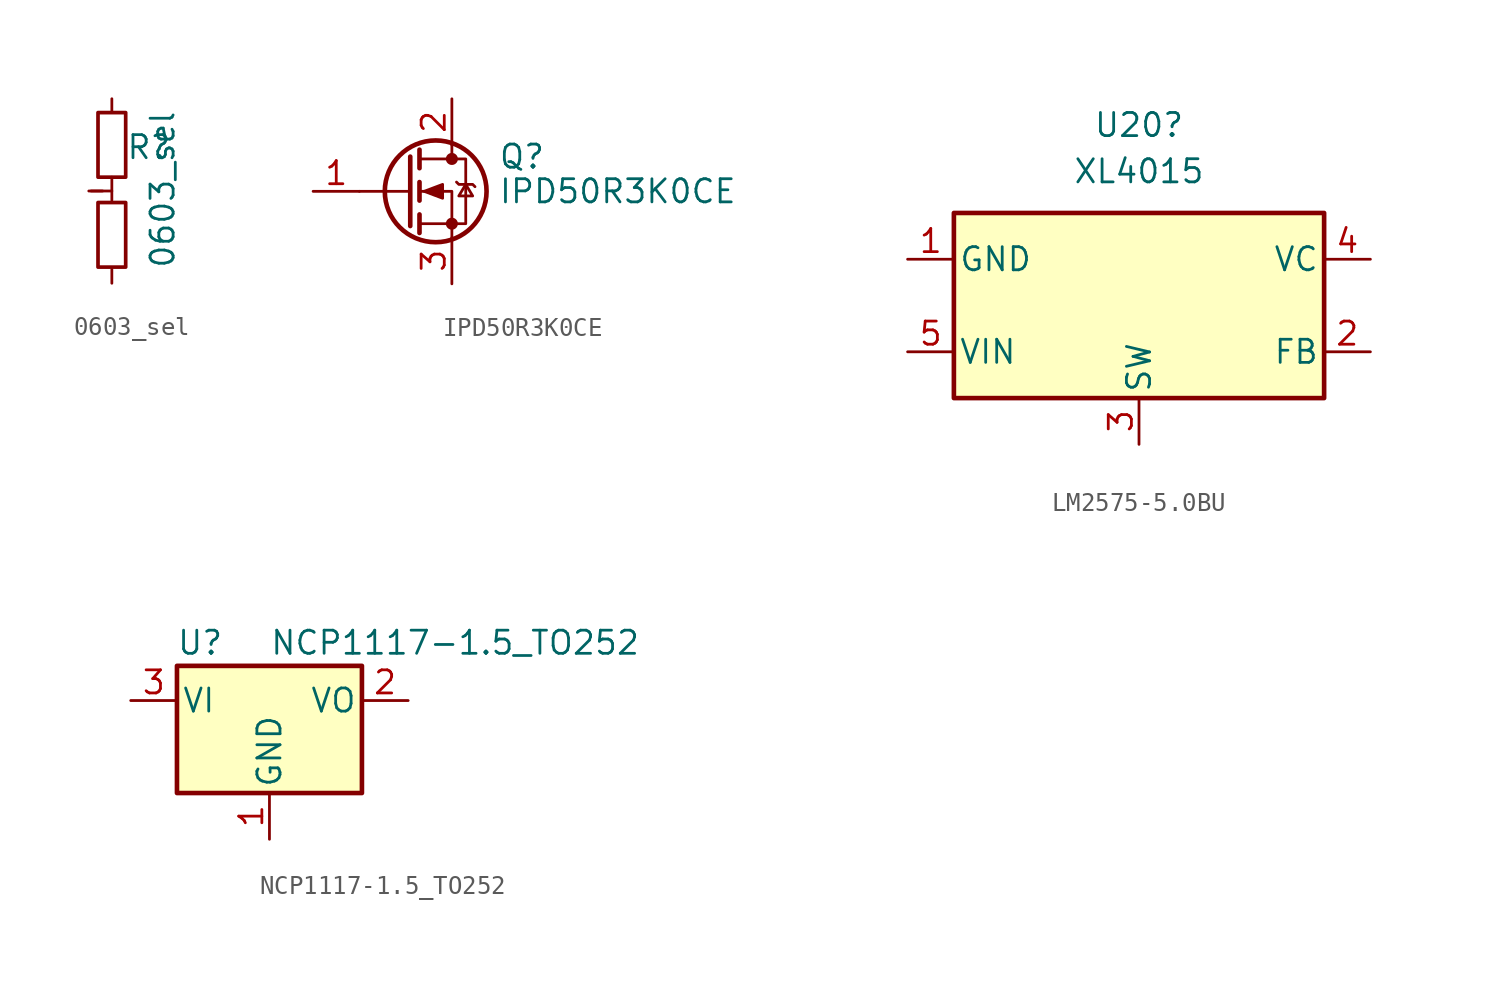
<source format=kicad_sym>
(kicad_symbol_lib
  (version 20231120)
  (generator "kicad_symbol_editor")
  (generator_version "8.0")
  (symbol "0603_sel"
    (pin_numbers hide)
    (pin_names
      (offset 0.254) hide)
    (property "Reference" "R"
      (at 0.762 2.413 0)
      (effects (font (size 1.27 1.27)) (justify left)))
    (property "Value" "0603_sel"
      (at 2.794 -4.318 90)
      (effects (font (size 1.27 1.27)) (justify left)))
    (symbol "0603_sel_0_1"
      (rectangle (start -0.762 -0.635) (end 0.762 -4.191) (stroke (width 0.203) (type default)) (fill (type none)))
      (rectangle (start -0.762 4.318) (end 0.762 0.762) (stroke (width 0.203) (type default)) (fill (type none)))
      (polyline (pts (xy 0 0) (xy -1.143 0)) (stroke (width 0) (type default)) (fill (type none)))
      (polyline (pts (xy 0 0.762) (xy 0 -0.508)) (stroke (width 0) (type default)) (fill (type none))))
    (symbol "0603_sel_1_1"
      (pin passive line (at 0 5.08 270) (length 0.762) (name "~" (effects (font (size 1.27 1.27)))) (number "1" (effects (font (size 1.27 1.27)))))
      (pin passive line (at -1.27 0 0) (length 0.762) (name "~" (effects (font (size 1.27 1.27)))) (number "2" (effects (font (size 1.27 1.27)))))
      (pin passive line (at 0 -5.08 90) (length 0.762) (name "~" (effects (font (size 1.27 1.27)))) (number "3" (effects (font (size 1.27 1.27)))))))
  (symbol "IPD50R3K0CE"
    (pin_names hide)
    (property "Reference" "Q"
      (at 5.08 1.905 0)
      (effects (font (size 1.27 1.27)) (justify left)))
    (property "Value" "IPD50R3K0CE"
      (at 5.08 0 0)
      (effects (font (size 1.27 1.27)) (justify left)))
    (symbol "IPD50R3K0CE_0_1"
      (polyline (pts (xy 0.254 0) (xy -2.54 0)) (stroke (width 0) (type default)) (fill (type none)))
      (polyline (pts (xy 0.254 1.905) (xy 0.254 -1.905)) (stroke (width 0.254) (type default)) (fill (type none)))
      (polyline (pts (xy 0.762 -1.27) (xy 0.762 -2.286)) (stroke (width 0.254) (type default)) (fill (type none)))
      (polyline (pts (xy 0.762 0.508) (xy 0.762 -0.508)) (stroke (width 0.254) (type default)) (fill (type none)))
      (polyline (pts (xy 0.762 2.286) (xy 0.762 1.27)) (stroke (width 0.254) (type default)) (fill (type none)))
      (polyline (pts (xy 2.54 2.54) (xy 2.54 1.778)) (stroke (width 0) (type default)) (fill (type none)))
      (polyline (pts (xy 2.54 -2.54) (xy 2.54 0) (xy 0.762 0)) (stroke (width 0) (type default)) (fill (type none)))
      (polyline (pts (xy 0.762 -1.778) (xy 3.302 -1.778) (xy 3.302 1.778) (xy 0.762 1.778)) (stroke (width 0) (type default)) (fill (type none)))
      (polyline (pts (xy 1.016 0) (xy 2.032 0.381) (xy 2.032 -0.381) (xy 1.016 0)) (stroke (width 0) (type default)) (fill (type outline)))
      (polyline (pts (xy 2.794 0.508) (xy 2.921 0.381) (xy 3.683 0.381) (xy 3.81 0.254)) (stroke (width 0) (type default)) (fill (type none)))
      (polyline (pts (xy 3.302 0.381) (xy 2.921 -0.254) (xy 3.683 -0.254) (xy 3.302 0.381)) (stroke (width 0) (type default)) (fill (type none)))
      (circle (center 1.651 0) (radius 2.794) (stroke (width 0.254) (type default)) (fill (type none)))
      (circle (center 2.54 -1.778) (radius 0.254) (stroke (width 0) (type default)) (fill (type outline)))
      (circle (center 2.54 1.778) (radius 0.254) (stroke (width 0) (type default)) (fill (type outline))))
    (symbol "IPD50R3K0CE_1_1"
      (pin input line (at -5.08 0 0) (length 2.54) (name "G" (effects (font (size 1.27 1.27)))) (number "1" (effects (font (size 1.27 1.27)))))
      (pin passive line (at 2.54 5.08 270) (length 2.54) (name "D" (effects (font (size 1.27 1.27)))) (number "2" (effects (font (size 1.27 1.27)))))
      (pin passive line (at 2.54 -5.08 90) (length 2.54) (name "S" (effects (font (size 1.27 1.27)))) (number "3" (effects (font (size 1.27 1.27)))))))
  (symbol "LM2575-5.0BU"
    (pin_names
      (offset 0.254))
    (property "Reference" "U20"
      (at 0 9.906 0)
      (effects (font (size 1.27 1.27))))
    (property "Value" "XL4015"
      (at 0 7.366 0)
      (effects (font (size 1.27 1.27))))
    (symbol "LM2575-5.0BU_0_1"
      (rectangle (start -10.16 5.08) (end 10.16 -5.08) (stroke (width 0.254) (type default)) (fill (type background))))
    (symbol "LM2575-5.0BU_1_1"
      (pin power_in line (at -12.7 2.54 0) (length 2.54) (name "GND" (effects (font (size 1.27 1.27)))) (number "1" (effects (font (size 1.27 1.27)))))
      (pin output line (at 12.7 -2.54 180) (length 2.54) (name "FB" (effects (font (size 1.27 1.27)))) (number "2" (effects (font (size 1.27 1.27)))))
      (pin power_in line (at 0 -7.62 90) (length 2.54) (name "SW" (effects (font (size 1.27 1.27)))) (number "3" (effects (font (size 1.27 1.27)))))
      (pin input line (at 12.7 2.54 180) (length 2.54) (name "VC" (effects (font (size 1.27 1.27)))) (number "4" (effects (font (size 1.27 1.27)))))
      (pin input line (at -12.7 -2.54 0) (length 2.54) (name "VIN" (effects (font (size 1.27 1.27)))) (number "5" (effects (font (size 1.27 1.27)))))))
  (symbol "NCP1117-1.5_TO252"
    (pin_names
      (offset 0.254))
    (property "Reference" "U"
      (at -3.81 3.175 0)
      (effects (font (size 1.27 1.27))))
    (property "Value" "NCP1117-1.5_TO252"
      (at 0 3.175 0)
      (effects (font (size 1.27 1.27)) (justify left)))
    (symbol "NCP1117-1.5_TO252_0_1"
      (rectangle (start -5.08 1.905) (end 5.08 -5.08) (stroke (width 0.254) (type default)) (fill (type background))))
    (symbol "NCP1117-1.5_TO252_1_1"
      (pin power_in line (at 0 -7.62 90) (length 2.54) (name "GND" (effects (font (size 1.27 1.27)))) (number "1" (effects (font (size 1.27 1.27)))))
      (pin power_out line (at 7.62 0 180) (length 2.54) (name "VO" (effects (font (size 1.27 1.27)))) (number "2" (effects (font (size 1.27 1.27)))))
      (pin power_in line (at -7.62 0 0) (length 2.54) (name "VI" (effects (font (size 1.27 1.27)))) (number "3" (effects (font (size 1.27 1.27))))))))
</source>
